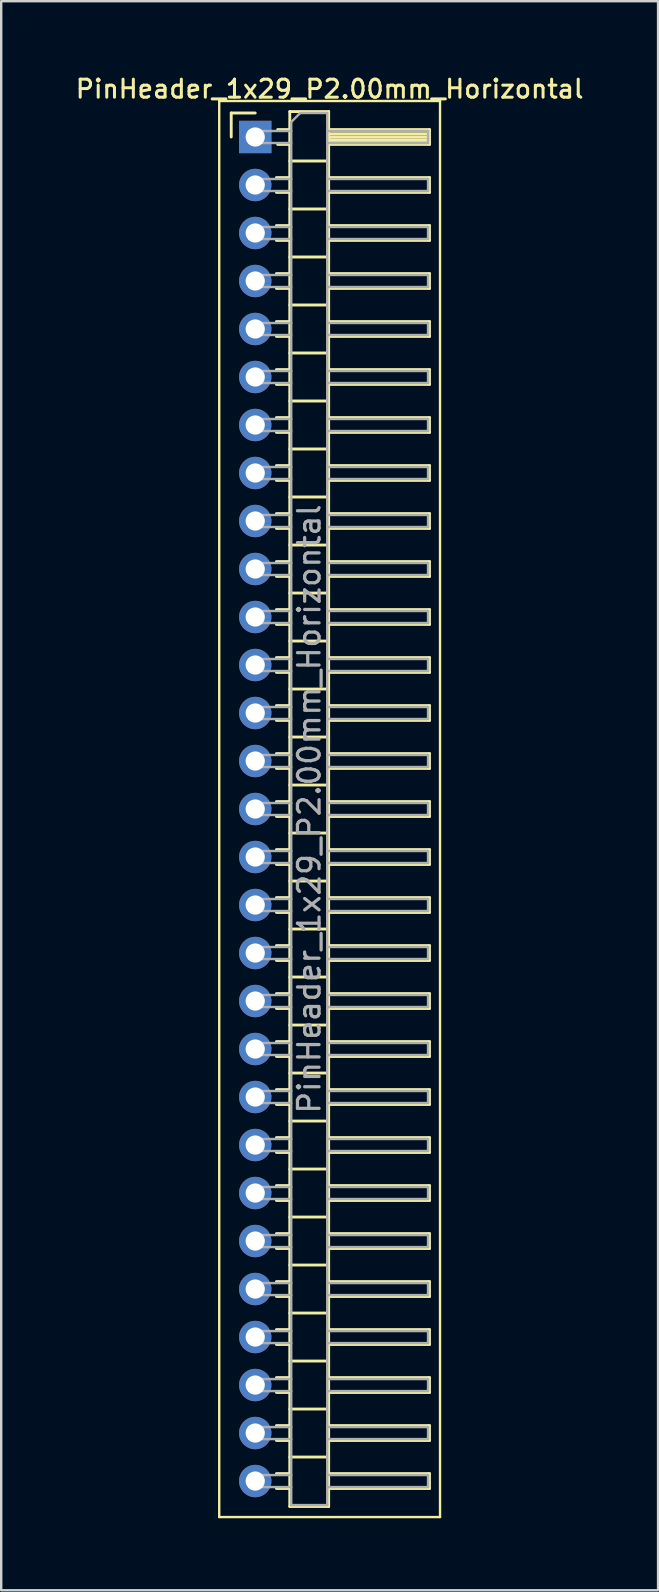
<source format=kicad_pcb>
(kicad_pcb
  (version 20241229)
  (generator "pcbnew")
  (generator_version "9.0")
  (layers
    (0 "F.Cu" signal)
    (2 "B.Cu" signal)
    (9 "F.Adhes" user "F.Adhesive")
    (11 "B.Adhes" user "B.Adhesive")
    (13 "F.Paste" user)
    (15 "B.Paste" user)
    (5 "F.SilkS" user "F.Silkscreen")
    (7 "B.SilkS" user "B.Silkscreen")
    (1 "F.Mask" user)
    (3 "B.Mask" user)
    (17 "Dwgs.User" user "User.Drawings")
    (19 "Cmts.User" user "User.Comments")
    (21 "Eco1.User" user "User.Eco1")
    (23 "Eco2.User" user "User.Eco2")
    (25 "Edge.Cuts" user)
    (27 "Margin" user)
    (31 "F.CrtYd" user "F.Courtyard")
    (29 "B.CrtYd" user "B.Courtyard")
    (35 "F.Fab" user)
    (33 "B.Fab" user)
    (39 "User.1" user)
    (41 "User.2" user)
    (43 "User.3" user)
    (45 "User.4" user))
  (footprint "PinHeader_1x29_P2.00mm_Horizontal"
    (layer "F.Cu")
    (at 7.584 2.658)
    (property "Reference" "PinHeader_1x29_P2.00mm_Horizontal" (at 3.1 -2 0) (layer "F.SilkS") (effects (font (size 0.75 0.75) (thickness 0.125))))
    (attr through_hole)
    (fp_line (start -1.5 -1.5) (end -1.5 57.5) (stroke (width 0.1) (type solid)) (layer "F.SilkS"))
    (fp_line (start -1.5 57.5) (end 7.7 57.5) (stroke (width 0.1) (type solid)) (layer "F.SilkS"))
    (fp_line (start -1 -1) (end 0 -1) (stroke (width 0.12) (type solid)) (layer "F.SilkS"))
    (fp_line (start -1 0) (end -1 -1) (stroke (width 0.12) (type solid)) (layer "F.SilkS"))
    (fp_line (start 0.882 1.69) (end 1.44 1.69) (stroke (width 0.12) (type solid)) (layer "F.SilkS"))
    (fp_line (start 0.882 2.31) (end 1.44 2.31) (stroke (width 0.12) (type solid)) (layer "F.SilkS"))
    (fp_line (start 0.882 3.69) (end 1.44 3.69) (stroke (width 0.12) (type solid)) (layer "F.SilkS"))
    (fp_line (start 0.882 4.31) (end 1.44 4.31) (stroke (width 0.12) (type solid)) (layer "F.SilkS"))
    (fp_line (start 0.882 5.69) (end 1.44 5.69) (stroke (width 0.12) (type solid)) (layer "F.SilkS"))
    (fp_line (start 0.882 6.31) (end 1.44 6.31) (stroke (width 0.12) (type solid)) (layer "F.SilkS"))
    (fp_line (start 0.882 7.69) (end 1.44 7.69) (stroke (width 0.12) (type solid)) (layer "F.SilkS"))
    (fp_line (start 0.882 8.31) (end 1.44 8.31) (stroke (width 0.12) (type solid)) (layer "F.SilkS"))
    (fp_line (start 0.882 9.69) (end 1.44 9.69) (stroke (width 0.12) (type solid)) (layer "F.SilkS"))
    (fp_line (start 0.882 10.31) (end 1.44 10.31) (stroke (width 0.12) (type solid)) (layer "F.SilkS"))
    (fp_line (start 0.882 11.69) (end 1.44 11.69) (stroke (width 0.12) (type solid)) (layer "F.SilkS"))
    (fp_line (start 0.882 12.31) (end 1.44 12.31) (stroke (width 0.12) (type solid)) (layer "F.SilkS"))
    (fp_line (start 0.882 13.69) (end 1.44 13.69) (stroke (width 0.12) (type solid)) (layer "F.SilkS"))
    (fp_line (start 0.882 14.31) (end 1.44 14.31) (stroke (width 0.12) (type solid)) (layer "F.SilkS"))
    (fp_line (start 0.882 15.69) (end 1.44 15.69) (stroke (width 0.12) (type solid)) (layer "F.SilkS"))
    (fp_line (start 0.882 16.31) (end 1.44 16.31) (stroke (width 0.12) (type solid)) (layer "F.SilkS"))
    (fp_line (start 0.882 17.69) (end 1.44 17.69) (stroke (width 0.12) (type solid)) (layer "F.SilkS"))
    (fp_line (start 0.882 18.31) (end 1.44 18.31) (stroke (width 0.12) (type solid)) (layer "F.SilkS"))
    (fp_line (start 0.882 19.69) (end 1.44 19.69) (stroke (width 0.12) (type solid)) (layer "F.SilkS"))
    (fp_line (start 0.882 20.31) (end 1.44 20.31) (stroke (width 0.12) (type solid)) (layer "F.SilkS"))
    (fp_line (start 0.882 21.69) (end 1.44 21.69) (stroke (width 0.12) (type solid)) (layer "F.SilkS"))
    (fp_line (start 0.882 22.31) (end 1.44 22.31) (stroke (width 0.12) (type solid)) (layer "F.SilkS"))
    (fp_line (start 0.882 23.69) (end 1.44 23.69) (stroke (width 0.12) (type solid)) (layer "F.SilkS"))
    (fp_line (start 0.882 24.31) (end 1.44 24.31) (stroke (width 0.12) (type solid)) (layer "F.SilkS"))
    (fp_line (start 0.882 25.69) (end 1.44 25.69) (stroke (width 0.12) (type solid)) (layer "F.SilkS"))
    (fp_line (start 0.882 26.31) (end 1.44 26.31) (stroke (width 0.12) (type solid)) (layer "F.SilkS"))
    (fp_line (start 0.882 27.69) (end 1.44 27.69) (stroke (width 0.12) (type solid)) (layer "F.SilkS"))
    (fp_line (start 0.882 28.31) (end 1.44 28.31) (stroke (width 0.12) (type solid)) (layer "F.SilkS"))
    (fp_line (start 0.882 29.69) (end 1.44 29.69) (stroke (width 0.12) (type solid)) (layer "F.SilkS"))
    (fp_line (start 0.882 30.31) (end 1.44 30.31) (stroke (width 0.12) (type solid)) (layer "F.SilkS"))
    (fp_line (start 0.882 31.69) (end 1.44 31.69) (stroke (width 0.12) (type solid)) (layer "F.SilkS"))
    (fp_line (start 0.882 32.31) (end 1.44 32.31) (stroke (width 0.12) (type solid)) (layer "F.SilkS"))
    (fp_line (start 0.882 33.69) (end 1.44 33.69) (stroke (width 0.12) (type solid)) (layer "F.SilkS"))
    (fp_line (start 0.882 34.31) (end 1.44 34.31) (stroke (width 0.12) (type solid)) (layer "F.SilkS"))
    (fp_line (start 0.882 35.69) (end 1.44 35.69) (stroke (width 0.12) (type solid)) (layer "F.SilkS"))
    (fp_line (start 0.882 36.31) (end 1.44 36.31) (stroke (width 0.12) (type solid)) (layer "F.SilkS"))
    (fp_line (start 0.882 37.69) (end 1.44 37.69) (stroke (width 0.12) (type solid)) (layer "F.SilkS"))
    (fp_line (start 0.882 38.31) (end 1.44 38.31) (stroke (width 0.12) (type solid)) (layer "F.SilkS"))
    (fp_line (start 0.882 39.69) (end 1.44 39.69) (stroke (width 0.12) (type solid)) (layer "F.SilkS"))
    (fp_line (start 0.882 40.31) (end 1.44 40.31) (stroke (width 0.12) (type solid)) (layer "F.SilkS"))
    (fp_line (start 0.882 41.69) (end 1.44 41.69) (stroke (width 0.12) (type solid)) (layer "F.SilkS"))
    (fp_line (start 0.882 42.31) (end 1.44 42.31) (stroke (width 0.12) (type solid)) (layer "F.SilkS"))
    (fp_line (start 0.882 43.69) (end 1.44 43.69) (stroke (width 0.12) (type solid)) (layer "F.SilkS"))
    (fp_line (start 0.882 44.31) (end 1.44 44.31) (stroke (width 0.12) (type solid)) (layer "F.SilkS"))
    (fp_line (start 0.882 45.69) (end 1.44 45.69) (stroke (width 0.12) (type solid)) (layer "F.SilkS"))
    (fp_line (start 0.882 46.31) (end 1.44 46.31) (stroke (width 0.12) (type solid)) (layer "F.SilkS"))
    (fp_line (start 0.882 47.69) (end 1.44 47.69) (stroke (width 0.12) (type solid)) (layer "F.SilkS"))
    (fp_line (start 0.882 48.31) (end 1.44 48.31) (stroke (width 0.12) (type solid)) (layer "F.SilkS"))
    (fp_line (start 0.882 49.69) (end 1.44 49.69) (stroke (width 0.12) (type solid)) (layer "F.SilkS"))
    (fp_line (start 0.882 50.31) (end 1.44 50.31) (stroke (width 0.12) (type solid)) (layer "F.SilkS"))
    (fp_line (start 0.882 51.69) (end 1.44 51.69) (stroke (width 0.12) (type solid)) (layer "F.SilkS"))
    (fp_line (start 0.882 52.31) (end 1.44 52.31) (stroke (width 0.12) (type solid)) (layer "F.SilkS"))
    (fp_line (start 0.882 53.69) (end 1.44 53.69) (stroke (width 0.12) (type solid)) (layer "F.SilkS"))
    (fp_line (start 0.882 54.31) (end 1.44 54.31) (stroke (width 0.12) (type solid)) (layer "F.SilkS"))
    (fp_line (start 0.882 55.69) (end 1.44 55.69) (stroke (width 0.12) (type solid)) (layer "F.SilkS"))
    (fp_line (start 0.882 56.31) (end 1.44 56.31) (stroke (width 0.12) (type solid)) (layer "F.SilkS"))
    (fp_line (start 0.935 -0.31) (end 1.44 -0.31) (stroke (width 0.12) (type solid)) (layer "F.SilkS"))
    (fp_line (start 0.935 0.31) (end 1.44 0.31) (stroke (width 0.12) (type solid)) (layer "F.SilkS"))
    (fp_line (start 1.44 -1.06) (end 1.44 57.06) (stroke (width 0.12) (type solid)) (layer "F.SilkS"))
    (fp_line (start 1.44 1) (end 3.06 1) (stroke (width 0.12) (type solid)) (layer "F.SilkS"))
    (fp_line (start 1.44 3) (end 3.06 3) (stroke (width 0.12) (type solid)) (layer "F.SilkS"))
    (fp_line (start 1.44 5) (end 3.06 5) (stroke (width 0.12) (type solid)) (layer "F.SilkS"))
    (fp_line (start 1.44 7) (end 3.06 7) (stroke (width 0.12) (type solid)) (layer "F.SilkS"))
    (fp_line (start 1.44 9) (end 3.06 9) (stroke (width 0.12) (type solid)) (layer "F.SilkS"))
    (fp_line (start 1.44 11) (end 3.06 11) (stroke (width 0.12) (type solid)) (layer "F.SilkS"))
    (fp_line (start 1.44 13) (end 3.06 13) (stroke (width 0.12) (type solid)) (layer "F.SilkS"))
    (fp_line (start 1.44 15) (end 3.06 15) (stroke (width 0.12) (type solid)) (layer "F.SilkS"))
    (fp_line (start 1.44 17) (end 3.06 17) (stroke (width 0.12) (type solid)) (layer "F.SilkS"))
    (fp_line (start 1.44 19) (end 3.06 19) (stroke (width 0.12) (type solid)) (layer "F.SilkS"))
    (fp_line (start 1.44 21) (end 3.06 21) (stroke (width 0.12) (type solid)) (layer "F.SilkS"))
    (fp_line (start 1.44 23) (end 3.06 23) (stroke (width 0.12) (type solid)) (layer "F.SilkS"))
    (fp_line (start 1.44 25) (end 3.06 25) (stroke (width 0.12) (type solid)) (layer "F.SilkS"))
    (fp_line (start 1.44 27) (end 3.06 27) (stroke (width 0.12) (type solid)) (layer "F.SilkS"))
    (fp_line (start 1.44 29) (end 3.06 29) (stroke (width 0.12) (type solid)) (layer "F.SilkS"))
    (fp_line (start 1.44 31) (end 3.06 31) (stroke (width 0.12) (type solid)) (layer "F.SilkS"))
    (fp_line (start 1.44 33) (end 3.06 33) (stroke (width 0.12) (type solid)) (layer "F.SilkS"))
    (fp_line (start 1.44 35) (end 3.06 35) (stroke (width 0.12) (type solid)) (layer "F.SilkS"))
    (fp_line (start 1.44 37) (end 3.06 37) (stroke (width 0.12) (type solid)) (layer "F.SilkS"))
    (fp_line (start 1.44 39) (end 3.06 39) (stroke (width 0.12) (type solid)) (layer "F.SilkS"))
    (fp_line (start 1.44 41) (end 3.06 41) (stroke (width 0.12) (type solid)) (layer "F.SilkS"))
    (fp_line (start 1.44 43) (end 3.06 43) (stroke (width 0.12) (type solid)) (layer "F.SilkS"))
    (fp_line (start 1.44 45) (end 3.06 45) (stroke (width 0.12) (type solid)) (layer "F.SilkS"))
    (fp_line (start 1.44 47) (end 3.06 47) (stroke (width 0.12) (type solid)) (layer "F.SilkS"))
    (fp_line (start 1.44 49) (end 3.06 49) (stroke (width 0.12) (type solid)) (layer "F.SilkS"))
    (fp_line (start 1.44 51) (end 3.06 51) (stroke (width 0.12) (type solid)) (layer "F.SilkS"))
    (fp_line (start 1.44 53) (end 3.06 53) (stroke (width 0.12) (type solid)) (layer "F.SilkS"))
    (fp_line (start 1.44 55) (end 3.06 55) (stroke (width 0.12) (type solid)) (layer "F.SilkS"))
    (fp_line (start 1.44 57.06) (end 3.06 57.06) (stroke (width 0.12) (type solid)) (layer "F.SilkS"))
    (fp_line (start 3.06 -1.06) (end 1.44 -1.06) (stroke (width 0.12) (type solid)) (layer "F.SilkS"))
    (fp_line (start 3.06 -0.31) (end 7.26 -0.31) (stroke (width 0.12) (type solid)) (layer "F.SilkS"))
    (fp_line (start 3.06 -0.25) (end 7.26 -0.25) (stroke (width 0.12) (type solid)) (layer "F.SilkS"))
    (fp_line (start 3.06 -0.13) (end 7.26 -0.13) (stroke (width 0.12) (type solid)) (layer "F.SilkS"))
    (fp_line (start 3.06 -0.01) (end 7.26 -0.01) (stroke (width 0.12) (type solid)) (layer "F.SilkS"))
    (fp_line (start 3.06 0.11) (end 7.26 0.11) (stroke (width 0.12) (type solid)) (layer "F.SilkS"))
    (fp_line (start 3.06 0.23) (end 7.26 0.23) (stroke (width 0.12) (type solid)) (layer "F.SilkS"))
    (fp_line (start 3.06 1.69) (end 7.26 1.69) (stroke (width 0.12) (type solid)) (layer "F.SilkS"))
    (fp_line (start 3.06 3.69) (end 7.26 3.69) (stroke (width 0.12) (type solid)) (layer "F.SilkS"))
    (fp_line (start 3.06 5.69) (end 7.26 5.69) (stroke (width 0.12) (type solid)) (layer "F.SilkS"))
    (fp_line (start 3.06 7.69) (end 7.26 7.69) (stroke (width 0.12) (type solid)) (layer "F.SilkS"))
    (fp_line (start 3.06 9.69) (end 7.26 9.69) (stroke (width 0.12) (type solid)) (layer "F.SilkS"))
    (fp_line (start 3.06 11.69) (end 7.26 11.69) (stroke (width 0.12) (type solid)) (layer "F.SilkS"))
    (fp_line (start 3.06 13.69) (end 7.26 13.69) (stroke (width 0.12) (type solid)) (layer "F.SilkS"))
    (fp_line (start 3.06 15.69) (end 7.26 15.69) (stroke (width 0.12) (type solid)) (layer "F.SilkS"))
    (fp_line (start 3.06 17.69) (end 7.26 17.69) (stroke (width 0.12) (type solid)) (layer "F.SilkS"))
    (fp_line (start 3.06 19.69) (end 7.26 19.69) (stroke (width 0.12) (type solid)) (layer "F.SilkS"))
    (fp_line (start 3.06 21.69) (end 7.26 21.69) (stroke (width 0.12) (type solid)) (layer "F.SilkS"))
    (fp_line (start 3.06 23.69) (end 7.26 23.69) (stroke (width 0.12) (type solid)) (layer "F.SilkS"))
    (fp_line (start 3.06 25.69) (end 7.26 25.69) (stroke (width 0.12) (type solid)) (layer "F.SilkS"))
    (fp_line (start 3.06 27.69) (end 7.26 27.69) (stroke (width 0.12) (type solid)) (layer "F.SilkS"))
    (fp_line (start 3.06 29.69) (end 7.26 29.69) (stroke (width 0.12) (type solid)) (layer "F.SilkS"))
    (fp_line (start 3.06 31.69) (end 7.26 31.69) (stroke (width 0.12) (type solid)) (layer "F.SilkS"))
    (fp_line (start 3.06 33.69) (end 7.26 33.69) (stroke (width 0.12) (type solid)) (layer "F.SilkS"))
    (fp_line (start 3.06 35.69) (end 7.26 35.69) (stroke (width 0.12) (type solid)) (layer "F.SilkS"))
    (fp_line (start 3.06 37.69) (end 7.26 37.69) (stroke (width 0.12) (type solid)) (layer "F.SilkS"))
    (fp_line (start 3.06 39.69) (end 7.26 39.69) (stroke (width 0.12) (type solid)) (layer "F.SilkS"))
    (fp_line (start 3.06 41.69) (end 7.26 41.69) (stroke (width 0.12) (type solid)) (layer "F.SilkS"))
    (fp_line (start 3.06 43.69) (end 7.26 43.69) (stroke (width 0.12) (type solid)) (layer "F.SilkS"))
    (fp_line (start 3.06 45.69) (end 7.26 45.69) (stroke (width 0.12) (type solid)) (layer "F.SilkS"))
    (fp_line (start 3.06 47.69) (end 7.26 47.69) (stroke (width 0.12) (type solid)) (layer "F.SilkS"))
    (fp_line (start 3.06 49.69) (end 7.26 49.69) (stroke (width 0.12) (type solid)) (layer "F.SilkS"))
    (fp_line (start 3.06 51.69) (end 7.26 51.69) (stroke (width 0.12) (type solid)) (layer "F.SilkS"))
    (fp_line (start 3.06 53.69) (end 7.26 53.69) (stroke (width 0.12) (type solid)) (layer "F.SilkS"))
    (fp_line (start 3.06 55.69) (end 7.26 55.69) (stroke (width 0.12) (type solid)) (layer "F.SilkS"))
    (fp_line (start 3.06 57.06) (end 3.06 -1.06) (stroke (width 0.12) (type solid)) (layer "F.SilkS"))
    (fp_line (start 7.26 -0.31) (end 7.26 0.31) (stroke (width 0.12) (type solid)) (layer "F.SilkS"))
    (fp_line (start 7.26 0.31) (end 3.06 0.31) (stroke (width 0.12) (type solid)) (layer "F.SilkS"))
    (fp_line (start 7.26 1.69) (end 7.26 2.31) (stroke (width 0.12) (type solid)) (layer "F.SilkS"))
    (fp_line (start 7.26 2.31) (end 3.06 2.31) (stroke (width 0.12) (type solid)) (layer "F.SilkS"))
    (fp_line (start 7.26 3.69) (end 7.26 4.31) (stroke (width 0.12) (type solid)) (layer "F.SilkS"))
    (fp_line (start 7.26 4.31) (end 3.06 4.31) (stroke (width 0.12) (type solid)) (layer "F.SilkS"))
    (fp_line (start 7.26 5.69) (end 7.26 6.31) (stroke (width 0.12) (type solid)) (layer "F.SilkS"))
    (fp_line (start 7.26 6.31) (end 3.06 6.31) (stroke (width 0.12) (type solid)) (layer "F.SilkS"))
    (fp_line (start 7.26 7.69) (end 7.26 8.31) (stroke (width 0.12) (type solid)) (layer "F.SilkS"))
    (fp_line (start 7.26 8.31) (end 3.06 8.31) (stroke (width 0.12) (type solid)) (layer "F.SilkS"))
    (fp_line (start 7.26 9.69) (end 7.26 10.31) (stroke (width 0.12) (type solid)) (layer "F.SilkS"))
    (fp_line (start 7.26 10.31) (end 3.06 10.31) (stroke (width 0.12) (type solid)) (layer "F.SilkS"))
    (fp_line (start 7.26 11.69) (end 7.26 12.31) (stroke (width 0.12) (type solid)) (layer "F.SilkS"))
    (fp_line (start 7.26 12.31) (end 3.06 12.31) (stroke (width 0.12) (type solid)) (layer "F.SilkS"))
    (fp_line (start 7.26 13.69) (end 7.26 14.31) (stroke (width 0.12) (type solid)) (layer "F.SilkS"))
    (fp_line (start 7.26 14.31) (end 3.06 14.31) (stroke (width 0.12) (type solid)) (layer "F.SilkS"))
    (fp_line (start 7.26 15.69) (end 7.26 16.31) (stroke (width 0.12) (type solid)) (layer "F.SilkS"))
    (fp_line (start 7.26 16.31) (end 3.06 16.31) (stroke (width 0.12) (type solid)) (layer "F.SilkS"))
    (fp_line (start 7.26 17.69) (end 7.26 18.31) (stroke (width 0.12) (type solid)) (layer "F.SilkS"))
    (fp_line (start 7.26 18.31) (end 3.06 18.31) (stroke (width 0.12) (type solid)) (layer "F.SilkS"))
    (fp_line (start 7.26 19.69) (end 7.26 20.31) (stroke (width 0.12) (type solid)) (layer "F.SilkS"))
    (fp_line (start 7.26 20.31) (end 3.06 20.31) (stroke (width 0.12) (type solid)) (layer "F.SilkS"))
    (fp_line (start 7.26 21.69) (end 7.26 22.31) (stroke (width 0.12) (type solid)) (layer "F.SilkS"))
    (fp_line (start 7.26 22.31) (end 3.06 22.31) (stroke (width 0.12) (type solid)) (layer "F.SilkS"))
    (fp_line (start 7.26 23.69) (end 7.26 24.31) (stroke (width 0.12) (type solid)) (layer "F.SilkS"))
    (fp_line (start 7.26 24.31) (end 3.06 24.31) (stroke (width 0.12) (type solid)) (layer "F.SilkS"))
    (fp_line (start 7.26 25.69) (end 7.26 26.31) (stroke (width 0.12) (type solid)) (layer "F.SilkS"))
    (fp_line (start 7.26 26.31) (end 3.06 26.31) (stroke (width 0.12) (type solid)) (layer "F.SilkS"))
    (fp_line (start 7.26 27.69) (end 7.26 28.31) (stroke (width 0.12) (type solid)) (layer "F.SilkS"))
    (fp_line (start 7.26 28.31) (end 3.06 28.31) (stroke (width 0.12) (type solid)) (layer "F.SilkS"))
    (fp_line (start 7.26 29.69) (end 7.26 30.31) (stroke (width 0.12) (type solid)) (layer "F.SilkS"))
    (fp_line (start 7.26 30.31) (end 3.06 30.31) (stroke (width 0.12) (type solid)) (layer "F.SilkS"))
    (fp_line (start 7.26 31.69) (end 7.26 32.31) (stroke (width 0.12) (type solid)) (layer "F.SilkS"))
    (fp_line (start 7.26 32.31) (end 3.06 32.31) (stroke (width 0.12) (type solid)) (layer "F.SilkS"))
    (fp_line (start 7.26 33.69) (end 7.26 34.31) (stroke (width 0.12) (type solid)) (layer "F.SilkS"))
    (fp_line (start 7.26 34.31) (end 3.06 34.31) (stroke (width 0.12) (type solid)) (layer "F.SilkS"))
    (fp_line (start 7.26 35.69) (end 7.26 36.31) (stroke (width 0.12) (type solid)) (layer "F.SilkS"))
    (fp_line (start 7.26 36.31) (end 3.06 36.31) (stroke (width 0.12) (type solid)) (layer "F.SilkS"))
    (fp_line (start 7.26 37.69) (end 7.26 38.31) (stroke (width 0.12) (type solid)) (layer "F.SilkS"))
    (fp_line (start 7.26 38.31) (end 3.06 38.31) (stroke (width 0.12) (type solid)) (layer "F.SilkS"))
    (fp_line (start 7.26 39.69) (end 7.26 40.31) (stroke (width 0.12) (type solid)) (layer "F.SilkS"))
    (fp_line (start 7.26 40.31) (end 3.06 40.31) (stroke (width 0.12) (type solid)) (layer "F.SilkS"))
    (fp_line (start 7.26 41.69) (end 7.26 42.31) (stroke (width 0.12) (type solid)) (layer "F.SilkS"))
    (fp_line (start 7.26 42.31) (end 3.06 42.31) (stroke (width 0.12) (type solid)) (layer "F.SilkS"))
    (fp_line (start 7.26 43.69) (end 7.26 44.31) (stroke (width 0.12) (type solid)) (layer "F.SilkS"))
    (fp_line (start 7.26 44.31) (end 3.06 44.31) (stroke (width 0.12) (type solid)) (layer "F.SilkS"))
    (fp_line (start 7.26 45.69) (end 7.26 46.31) (stroke (width 0.12) (type solid)) (layer "F.SilkS"))
    (fp_line (start 7.26 46.31) (end 3.06 46.31) (stroke (width 0.12) (type solid)) (layer "F.SilkS"))
    (fp_line (start 7.26 47.69) (end 7.26 48.31) (stroke (width 0.12) (type solid)) (layer "F.SilkS"))
    (fp_line (start 7.26 48.31) (end 3.06 48.31) (stroke (width 0.12) (type solid)) (layer "F.SilkS"))
    (fp_line (start 7.26 49.69) (end 7.26 50.31) (stroke (width 0.12) (type solid)) (layer "F.SilkS"))
    (fp_line (start 7.26 50.31) (end 3.06 50.31) (stroke (width 0.12) (type solid)) (layer "F.SilkS"))
    (fp_line (start 7.26 51.69) (end 7.26 52.31) (stroke (width 0.12) (type solid)) (layer "F.SilkS"))
    (fp_line (start 7.26 52.31) (end 3.06 52.31) (stroke (width 0.12) (type solid)) (layer "F.SilkS"))
    (fp_line (start 7.26 53.69) (end 7.26 54.31) (stroke (width 0.12) (type solid)) (layer "F.SilkS"))
    (fp_line (start 7.26 54.31) (end 3.06 54.31) (stroke (width 0.12) (type solid)) (layer "F.SilkS"))
    (fp_line (start 7.26 55.69) (end 7.26 56.31) (stroke (width 0.12) (type solid)) (layer "F.SilkS"))
    (fp_line (start 7.26 56.31) (end 3.06 56.31) (stroke (width 0.12) (type solid)) (layer "F.SilkS"))
    (fp_line (start 7.7 -1.5) (end -1.5 -1.5) (stroke (width 0.1) (type solid)) (layer "F.SilkS"))
    (fp_line (start 7.7 57.5) (end 7.7 -1.5) (stroke (width 0.1) (type solid)) (layer "F.SilkS"))
    (fp_line (start -0.25 -0.25) (end -0.25 0.25) (stroke (width 0.1) (type solid)) (layer "F.Fab"))
    (fp_line (start -0.25 -0.25) (end 1.5 -0.25) (stroke (width 0.1) (type solid)) (layer "F.Fab"))
    (fp_line (start -0.25 0.25) (end 1.5 0.25) (stroke (width 0.1) (type solid)) (layer "F.Fab"))
    (fp_line (start -0.25 1.75) (end -0.25 2.25) (stroke (width 0.1) (type solid)) (layer "F.Fab"))
    (fp_line (start -0.25 1.75) (end 1.5 1.75) (stroke (width 0.1) (type solid)) (layer "F.Fab"))
    (fp_line (start -0.25 2.25) (end 1.5 2.25) (stroke (width 0.1) (type solid)) (layer "F.Fab"))
    (fp_line (start -0.25 3.75) (end -0.25 4.25) (stroke (width 0.1) (type solid)) (layer "F.Fab"))
    (fp_line (start -0.25 3.75) (end 1.5 3.75) (stroke (width 0.1) (type solid)) (layer "F.Fab"))
    (fp_line (start -0.25 4.25) (end 1.5 4.25) (stroke (width 0.1) (type solid)) (layer "F.Fab"))
    (fp_line (start -0.25 5.75) (end -0.25 6.25) (stroke (width 0.1) (type solid)) (layer "F.Fab"))
    (fp_line (start -0.25 5.75) (end 1.5 5.75) (stroke (width 0.1) (type solid)) (layer "F.Fab"))
    (fp_line (start -0.25 6.25) (end 1.5 6.25) (stroke (width 0.1) (type solid)) (layer "F.Fab"))
    (fp_line (start -0.25 7.75) (end -0.25 8.25) (stroke (width 0.1) (type solid)) (layer "F.Fab"))
    (fp_line (start -0.25 7.75) (end 1.5 7.75) (stroke (width 0.1) (type solid)) (layer "F.Fab"))
    (fp_line (start -0.25 8.25) (end 1.5 8.25) (stroke (width 0.1) (type solid)) (layer "F.Fab"))
    (fp_line (start -0.25 9.75) (end -0.25 10.25) (stroke (width 0.1) (type solid)) (layer "F.Fab"))
    (fp_line (start -0.25 9.75) (end 1.5 9.75) (stroke (width 0.1) (type solid)) (layer "F.Fab"))
    (fp_line (start -0.25 10.25) (end 1.5 10.25) (stroke (width 0.1) (type solid)) (layer "F.Fab"))
    (fp_line (start -0.25 11.75) (end -0.25 12.25) (stroke (width 0.1) (type solid)) (layer "F.Fab"))
    (fp_line (start -0.25 11.75) (end 1.5 11.75) (stroke (width 0.1) (type solid)) (layer "F.Fab"))
    (fp_line (start -0.25 12.25) (end 1.5 12.25) (stroke (width 0.1) (type solid)) (layer "F.Fab"))
    (fp_line (start -0.25 13.75) (end -0.25 14.25) (stroke (width 0.1) (type solid)) (layer "F.Fab"))
    (fp_line (start -0.25 13.75) (end 1.5 13.75) (stroke (width 0.1) (type solid)) (layer "F.Fab"))
    (fp_line (start -0.25 14.25) (end 1.5 14.25) (stroke (width 0.1) (type solid)) (layer "F.Fab"))
    (fp_line (start -0.25 15.75) (end -0.25 16.25) (stroke (width 0.1) (type solid)) (layer "F.Fab"))
    (fp_line (start -0.25 15.75) (end 1.5 15.75) (stroke (width 0.1) (type solid)) (layer "F.Fab"))
    (fp_line (start -0.25 16.25) (end 1.5 16.25) (stroke (width 0.1) (type solid)) (layer "F.Fab"))
    (fp_line (start -0.25 17.75) (end -0.25 18.25) (stroke (width 0.1) (type solid)) (layer "F.Fab"))
    (fp_line (start -0.25 17.75) (end 1.5 17.75) (stroke (width 0.1) (type solid)) (layer "F.Fab"))
    (fp_line (start -0.25 18.25) (end 1.5 18.25) (stroke (width 0.1) (type solid)) (layer "F.Fab"))
    (fp_line (start -0.25 19.75) (end -0.25 20.25) (stroke (width 0.1) (type solid)) (layer "F.Fab"))
    (fp_line (start -0.25 19.75) (end 1.5 19.75) (stroke (width 0.1) (type solid)) (layer "F.Fab"))
    (fp_line (start -0.25 20.25) (end 1.5 20.25) (stroke (width 0.1) (type solid)) (layer "F.Fab"))
    (fp_line (start -0.25 21.75) (end -0.25 22.25) (stroke (width 0.1) (type solid)) (layer "F.Fab"))
    (fp_line (start -0.25 21.75) (end 1.5 21.75) (stroke (width 0.1) (type solid)) (layer "F.Fab"))
    (fp_line (start -0.25 22.25) (end 1.5 22.25) (stroke (width 0.1) (type solid)) (layer "F.Fab"))
    (fp_line (start -0.25 23.75) (end -0.25 24.25) (stroke (width 0.1) (type solid)) (layer "F.Fab"))
    (fp_line (start -0.25 23.75) (end 1.5 23.75) (stroke (width 0.1) (type solid)) (layer "F.Fab"))
    (fp_line (start -0.25 24.25) (end 1.5 24.25) (stroke (width 0.1) (type solid)) (layer "F.Fab"))
    (fp_line (start -0.25 25.75) (end -0.25 26.25) (stroke (width 0.1) (type solid)) (layer "F.Fab"))
    (fp_line (start -0.25 25.75) (end 1.5 25.75) (stroke (width 0.1) (type solid)) (layer "F.Fab"))
    (fp_line (start -0.25 26.25) (end 1.5 26.25) (stroke (width 0.1) (type solid)) (layer "F.Fab"))
    (fp_line (start -0.25 27.75) (end -0.25 28.25) (stroke (width 0.1) (type solid)) (layer "F.Fab"))
    (fp_line (start -0.25 27.75) (end 1.5 27.75) (stroke (width 0.1) (type solid)) (layer "F.Fab"))
    (fp_line (start -0.25 28.25) (end 1.5 28.25) (stroke (width 0.1) (type solid)) (layer "F.Fab"))
    (fp_line (start -0.25 29.75) (end -0.25 30.25) (stroke (width 0.1) (type solid)) (layer "F.Fab"))
    (fp_line (start -0.25 29.75) (end 1.5 29.75) (stroke (width 0.1) (type solid)) (layer "F.Fab"))
    (fp_line (start -0.25 30.25) (end 1.5 30.25) (stroke (width 0.1) (type solid)) (layer "F.Fab"))
    (fp_line (start -0.25 31.75) (end -0.25 32.25) (stroke (width 0.1) (type solid)) (layer "F.Fab"))
    (fp_line (start -0.25 31.75) (end 1.5 31.75) (stroke (width 0.1) (type solid)) (layer "F.Fab"))
    (fp_line (start -0.25 32.25) (end 1.5 32.25) (stroke (width 0.1) (type solid)) (layer "F.Fab"))
    (fp_line (start -0.25 33.75) (end -0.25 34.25) (stroke (width 0.1) (type solid)) (layer "F.Fab"))
    (fp_line (start -0.25 33.75) (end 1.5 33.75) (stroke (width 0.1) (type solid)) (layer "F.Fab"))
    (fp_line (start -0.25 34.25) (end 1.5 34.25) (stroke (width 0.1) (type solid)) (layer "F.Fab"))
    (fp_line (start -0.25 35.75) (end -0.25 36.25) (stroke (width 0.1) (type solid)) (layer "F.Fab"))
    (fp_line (start -0.25 35.75) (end 1.5 35.75) (stroke (width 0.1) (type solid)) (layer "F.Fab"))
    (fp_line (start -0.25 36.25) (end 1.5 36.25) (stroke (width 0.1) (type solid)) (layer "F.Fab"))
    (fp_line (start -0.25 37.75) (end -0.25 38.25) (stroke (width 0.1) (type solid)) (layer "F.Fab"))
    (fp_line (start -0.25 37.75) (end 1.5 37.75) (stroke (width 0.1) (type solid)) (layer "F.Fab"))
    (fp_line (start -0.25 38.25) (end 1.5 38.25) (stroke (width 0.1) (type solid)) (layer "F.Fab"))
    (fp_line (start -0.25 39.75) (end -0.25 40.25) (stroke (width 0.1) (type solid)) (layer "F.Fab"))
    (fp_line (start -0.25 39.75) (end 1.5 39.75) (stroke (width 0.1) (type solid)) (layer "F.Fab"))
    (fp_line (start -0.25 40.25) (end 1.5 40.25) (stroke (width 0.1) (type solid)) (layer "F.Fab"))
    (fp_line (start -0.25 41.75) (end -0.25 42.25) (stroke (width 0.1) (type solid)) (layer "F.Fab"))
    (fp_line (start -0.25 41.75) (end 1.5 41.75) (stroke (width 0.1) (type solid)) (layer "F.Fab"))
    (fp_line (start -0.25 42.25) (end 1.5 42.25) (stroke (width 0.1) (type solid)) (layer "F.Fab"))
    (fp_line (start -0.25 43.75) (end -0.25 44.25) (stroke (width 0.1) (type solid)) (layer "F.Fab"))
    (fp_line (start -0.25 43.75) (end 1.5 43.75) (stroke (width 0.1) (type solid)) (layer "F.Fab"))
    (fp_line (start -0.25 44.25) (end 1.5 44.25) (stroke (width 0.1) (type solid)) (layer "F.Fab"))
    (fp_line (start -0.25 45.75) (end -0.25 46.25) (stroke (width 0.1) (type solid)) (layer "F.Fab"))
    (fp_line (start -0.25 45.75) (end 1.5 45.75) (stroke (width 0.1) (type solid)) (layer "F.Fab"))
    (fp_line (start -0.25 46.25) (end 1.5 46.25) (stroke (width 0.1) (type solid)) (layer "F.Fab"))
    (fp_line (start -0.25 47.75) (end -0.25 48.25) (stroke (width 0.1) (type solid)) (layer "F.Fab"))
    (fp_line (start -0.25 47.75) (end 1.5 47.75) (stroke (width 0.1) (type solid)) (layer "F.Fab"))
    (fp_line (start -0.25 48.25) (end 1.5 48.25) (stroke (width 0.1) (type solid)) (layer "F.Fab"))
    (fp_line (start -0.25 49.75) (end -0.25 50.25) (stroke (width 0.1) (type solid)) (layer "F.Fab"))
    (fp_line (start -0.25 49.75) (end 1.5 49.75) (stroke (width 0.1) (type solid)) (layer "F.Fab"))
    (fp_line (start -0.25 50.25) (end 1.5 50.25) (stroke (width 0.1) (type solid)) (layer "F.Fab"))
    (fp_line (start -0.25 51.75) (end -0.25 52.25) (stroke (width 0.1) (type solid)) (layer "F.Fab"))
    (fp_line (start -0.25 51.75) (end 1.5 51.75) (stroke (width 0.1) (type solid)) (layer "F.Fab"))
    (fp_line (start -0.25 52.25) (end 1.5 52.25) (stroke (width 0.1) (type solid)) (layer "F.Fab"))
    (fp_line (start -0.25 53.75) (end -0.25 54.25) (stroke (width 0.1) (type solid)) (layer "F.Fab"))
    (fp_line (start -0.25 53.75) (end 1.5 53.75) (stroke (width 0.1) (type solid)) (layer "F.Fab"))
    (fp_line (start -0.25 54.25) (end 1.5 54.25) (stroke (width 0.1) (type solid)) (layer "F.Fab"))
    (fp_line (start -0.25 55.75) (end -0.25 56.25) (stroke (width 0.1) (type solid)) (layer "F.Fab"))
    (fp_line (start -0.25 55.75) (end 1.5 55.75) (stroke (width 0.1) (type solid)) (layer "F.Fab"))
    (fp_line (start -0.25 56.25) (end 1.5 56.25) (stroke (width 0.1) (type solid)) (layer "F.Fab"))
    (fp_line (start 1.5 -0.625) (end 1.875 -1) (stroke (width 0.1) (type solid)) (layer "F.Fab"))
    (fp_line (start 1.5 57) (end 1.5 -0.625) (stroke (width 0.1) (type solid)) (layer "F.Fab"))
    (fp_line (start 1.875 -1) (end 3 -1) (stroke (width 0.1) (type solid)) (layer "F.Fab"))
    (fp_line (start 3 -1) (end 3 57) (stroke (width 0.1) (type solid)) (layer "F.Fab"))
    (fp_line (start 3 -0.25) (end 7.2 -0.25) (stroke (width 0.1) (type solid)) (layer "F.Fab"))
    (fp_line (start 3 0.25) (end 7.2 0.25) (stroke (width 0.1) (type solid)) (layer "F.Fab"))
    (fp_line (start 3 1.75) (end 7.2 1.75) (stroke (width 0.1) (type solid)) (layer "F.Fab"))
    (fp_line (start 3 2.25) (end 7.2 2.25) (stroke (width 0.1) (type solid)) (layer "F.Fab"))
    (fp_line (start 3 3.75) (end 7.2 3.75) (stroke (width 0.1) (type solid)) (layer "F.Fab"))
    (fp_line (start 3 4.25) (end 7.2 4.25) (stroke (width 0.1) (type solid)) (layer "F.Fab"))
    (fp_line (start 3 5.75) (end 7.2 5.75) (stroke (width 0.1) (type solid)) (layer "F.Fab"))
    (fp_line (start 3 6.25) (end 7.2 6.25) (stroke (width 0.1) (type solid)) (layer "F.Fab"))
    (fp_line (start 3 7.75) (end 7.2 7.75) (stroke (width 0.1) (type solid)) (layer "F.Fab"))
    (fp_line (start 3 8.25) (end 7.2 8.25) (stroke (width 0.1) (type solid)) (layer "F.Fab"))
    (fp_line (start 3 9.75) (end 7.2 9.75) (stroke (width 0.1) (type solid)) (layer "F.Fab"))
    (fp_line (start 3 10.25) (end 7.2 10.25) (stroke (width 0.1) (type solid)) (layer "F.Fab"))
    (fp_line (start 3 11.75) (end 7.2 11.75) (stroke (width 0.1) (type solid)) (layer "F.Fab"))
    (fp_line (start 3 12.25) (end 7.2 12.25) (stroke (width 0.1) (type solid)) (layer "F.Fab"))
    (fp_line (start 3 13.75) (end 7.2 13.75) (stroke (width 0.1) (type solid)) (layer "F.Fab"))
    (fp_line (start 3 14.25) (end 7.2 14.25) (stroke (width 0.1) (type solid)) (layer "F.Fab"))
    (fp_line (start 3 15.75) (end 7.2 15.75) (stroke (width 0.1) (type solid)) (layer "F.Fab"))
    (fp_line (start 3 16.25) (end 7.2 16.25) (stroke (width 0.1) (type solid)) (layer "F.Fab"))
    (fp_line (start 3 17.75) (end 7.2 17.75) (stroke (width 0.1) (type solid)) (layer "F.Fab"))
    (fp_line (start 3 18.25) (end 7.2 18.25) (stroke (width 0.1) (type solid)) (layer "F.Fab"))
    (fp_line (start 3 19.75) (end 7.2 19.75) (stroke (width 0.1) (type solid)) (layer "F.Fab"))
    (fp_line (start 3 20.25) (end 7.2 20.25) (stroke (width 0.1) (type solid)) (layer "F.Fab"))
    (fp_line (start 3 21.75) (end 7.2 21.75) (stroke (width 0.1) (type solid)) (layer "F.Fab"))
    (fp_line (start 3 22.25) (end 7.2 22.25) (stroke (width 0.1) (type solid)) (layer "F.Fab"))
    (fp_line (start 3 23.75) (end 7.2 23.75) (stroke (width 0.1) (type solid)) (layer "F.Fab"))
    (fp_line (start 3 24.25) (end 7.2 24.25) (stroke (width 0.1) (type solid)) (layer "F.Fab"))
    (fp_line (start 3 25.75) (end 7.2 25.75) (stroke (width 0.1) (type solid)) (layer "F.Fab"))
    (fp_line (start 3 26.25) (end 7.2 26.25) (stroke (width 0.1) (type solid)) (layer "F.Fab"))
    (fp_line (start 3 27.75) (end 7.2 27.75) (stroke (width 0.1) (type solid)) (layer "F.Fab"))
    (fp_line (start 3 28.25) (end 7.2 28.25) (stroke (width 0.1) (type solid)) (layer "F.Fab"))
    (fp_line (start 3 29.75) (end 7.2 29.75) (stroke (width 0.1) (type solid)) (layer "F.Fab"))
    (fp_line (start 3 30.25) (end 7.2 30.25) (stroke (width 0.1) (type solid)) (layer "F.Fab"))
    (fp_line (start 3 31.75) (end 7.2 31.75) (stroke (width 0.1) (type solid)) (layer "F.Fab"))
    (fp_line (start 3 32.25) (end 7.2 32.25) (stroke (width 0.1) (type solid)) (layer "F.Fab"))
    (fp_line (start 3 33.75) (end 7.2 33.75) (stroke (width 0.1) (type solid)) (layer "F.Fab"))
    (fp_line (start 3 34.25) (end 7.2 34.25) (stroke (width 0.1) (type solid)) (layer "F.Fab"))
    (fp_line (start 3 35.75) (end 7.2 35.75) (stroke (width 0.1) (type solid)) (layer "F.Fab"))
    (fp_line (start 3 36.25) (end 7.2 36.25) (stroke (width 0.1) (type solid)) (layer "F.Fab"))
    (fp_line (start 3 37.75) (end 7.2 37.75) (stroke (width 0.1) (type solid)) (layer "F.Fab"))
    (fp_line (start 3 38.25) (end 7.2 38.25) (stroke (width 0.1) (type solid)) (layer "F.Fab"))
    (fp_line (start 3 39.75) (end 7.2 39.75) (stroke (width 0.1) (type solid)) (layer "F.Fab"))
    (fp_line (start 3 40.25) (end 7.2 40.25) (stroke (width 0.1) (type solid)) (layer "F.Fab"))
    (fp_line (start 3 41.75) (end 7.2 41.75) (stroke (width 0.1) (type solid)) (layer "F.Fab"))
    (fp_line (start 3 42.25) (end 7.2 42.25) (stroke (width 0.1) (type solid)) (layer "F.Fab"))
    (fp_line (start 3 43.75) (end 7.2 43.75) (stroke (width 0.1) (type solid)) (layer "F.Fab"))
    (fp_line (start 3 44.25) (end 7.2 44.25) (stroke (width 0.1) (type solid)) (layer "F.Fab"))
    (fp_line (start 3 45.75) (end 7.2 45.75) (stroke (width 0.1) (type solid)) (layer "F.Fab"))
    (fp_line (start 3 46.25) (end 7.2 46.25) (stroke (width 0.1) (type solid)) (layer "F.Fab"))
    (fp_line (start 3 47.75) (end 7.2 47.75) (stroke (width 0.1) (type solid)) (layer "F.Fab"))
    (fp_line (start 3 48.25) (end 7.2 48.25) (stroke (width 0.1) (type solid)) (layer "F.Fab"))
    (fp_line (start 3 49.75) (end 7.2 49.75) (stroke (width 0.1) (type solid)) (layer "F.Fab"))
    (fp_line (start 3 50.25) (end 7.2 50.25) (stroke (width 0.1) (type solid)) (layer "F.Fab"))
    (fp_line (start 3 51.75) (end 7.2 51.75) (stroke (width 0.1) (type solid)) (layer "F.Fab"))
    (fp_line (start 3 52.25) (end 7.2 52.25) (stroke (width 0.1) (type solid)) (layer "F.Fab"))
    (fp_line (start 3 53.75) (end 7.2 53.75) (stroke (width 0.1) (type solid)) (layer "F.Fab"))
    (fp_line (start 3 54.25) (end 7.2 54.25) (stroke (width 0.1) (type solid)) (layer "F.Fab"))
    (fp_line (start 3 55.75) (end 7.2 55.75) (stroke (width 0.1) (type solid)) (layer "F.Fab"))
    (fp_line (start 3 56.25) (end 7.2 56.25) (stroke (width 0.1) (type solid)) (layer "F.Fab"))
    (fp_line (start 3 57) (end 1.5 57) (stroke (width 0.1) (type solid)) (layer "F.Fab"))
    (fp_line (start 7.2 -0.25) (end 7.2 0.25) (stroke (width 0.1) (type solid)) (layer "F.Fab"))
    (fp_line (start 7.2 1.75) (end 7.2 2.25) (stroke (width 0.1) (type solid)) (layer "F.Fab"))
    (fp_line (start 7.2 3.75) (end 7.2 4.25) (stroke (width 0.1) (type solid)) (layer "F.Fab"))
    (fp_line (start 7.2 5.75) (end 7.2 6.25) (stroke (width 0.1) (type solid)) (layer "F.Fab"))
    (fp_line (start 7.2 7.75) (end 7.2 8.25) (stroke (width 0.1) (type solid)) (layer "F.Fab"))
    (fp_line (start 7.2 9.75) (end 7.2 10.25) (stroke (width 0.1) (type solid)) (layer "F.Fab"))
    (fp_line (start 7.2 11.75) (end 7.2 12.25) (stroke (width 0.1) (type solid)) (layer "F.Fab"))
    (fp_line (start 7.2 13.75) (end 7.2 14.25) (stroke (width 0.1) (type solid)) (layer "F.Fab"))
    (fp_line (start 7.2 15.75) (end 7.2 16.25) (stroke (width 0.1) (type solid)) (layer "F.Fab"))
    (fp_line (start 7.2 17.75) (end 7.2 18.25) (stroke (width 0.1) (type solid)) (layer "F.Fab"))
    (fp_line (start 7.2 19.75) (end 7.2 20.25) (stroke (width 0.1) (type solid)) (layer "F.Fab"))
    (fp_line (start 7.2 21.75) (end 7.2 22.25) (stroke (width 0.1) (type solid)) (layer "F.Fab"))
    (fp_line (start 7.2 23.75) (end 7.2 24.25) (stroke (width 0.1) (type solid)) (layer "F.Fab"))
    (fp_line (start 7.2 25.75) (end 7.2 26.25) (stroke (width 0.1) (type solid)) (layer "F.Fab"))
    (fp_line (start 7.2 27.75) (end 7.2 28.25) (stroke (width 0.1) (type solid)) (layer "F.Fab"))
    (fp_line (start 7.2 29.75) (end 7.2 30.25) (stroke (width 0.1) (type solid)) (layer "F.Fab"))
    (fp_line (start 7.2 31.75) (end 7.2 32.25) (stroke (width 0.1) (type solid)) (layer "F.Fab"))
    (fp_line (start 7.2 33.75) (end 7.2 34.25) (stroke (width 0.1) (type solid)) (layer "F.Fab"))
    (fp_line (start 7.2 35.75) (end 7.2 36.25) (stroke (width 0.1) (type solid)) (layer "F.Fab"))
    (fp_line (start 7.2 37.75) (end 7.2 38.25) (stroke (width 0.1) (type solid)) (layer "F.Fab"))
    (fp_line (start 7.2 39.75) (end 7.2 40.25) (stroke (width 0.1) (type solid)) (layer "F.Fab"))
    (fp_line (start 7.2 41.75) (end 7.2 42.25) (stroke (width 0.1) (type solid)) (layer "F.Fab"))
    (fp_line (start 7.2 43.75) (end 7.2 44.25) (stroke (width 0.1) (type solid)) (layer "F.Fab"))
    (fp_line (start 7.2 45.75) (end 7.2 46.25) (stroke (width 0.1) (type solid)) (layer "F.Fab"))
    (fp_line (start 7.2 47.75) (end 7.2 48.25) (stroke (width 0.1) (type solid)) (layer "F.Fab"))
    (fp_line (start 7.2 49.75) (end 7.2 50.25) (stroke (width 0.1) (type solid)) (layer "F.Fab"))
    (fp_line (start 7.2 51.75) (end 7.2 52.25) (stroke (width 0.1) (type solid)) (layer "F.Fab"))
    (fp_line (start 7.2 53.75) (end 7.2 54.25) (stroke (width 0.1) (type solid)) (layer "F.Fab"))
    (fp_line (start 7.2 55.75) (end 7.2 56.25) (stroke (width 0.1) (type solid)) (layer "F.Fab"))
    (fp_text user "${REFERENCE}" (at 2.25 28 90) (layer "F.Fab") (effects (font (size 0.9 0.9) (thickness 0.135))))
    (pad "1" thru_hole rect (at 0 0) (size 1.35 1.35) (drill 0.8) (layers "*.Cu" "*.Mask"))
    (pad "2" thru_hole oval (at 0 2) (size 1.35 1.35) (drill 0.8) (layers "*.Cu" "*.Mask"))
    (pad "3" thru_hole oval (at 0 4) (size 1.35 1.35) (drill 0.8) (layers "*.Cu" "*.Mask"))
    (pad "4" thru_hole oval (at 0 6) (size 1.35 1.35) (drill 0.8) (layers "*.Cu" "*.Mask"))
    (pad "5" thru_hole oval (at 0 8) (size 1.35 1.35) (drill 0.8) (layers "*.Cu" "*.Mask"))
    (pad "6" thru_hole oval (at 0 10) (size 1.35 1.35) (drill 0.8) (layers "*.Cu" "*.Mask"))
    (pad "7" thru_hole oval (at 0 12) (size 1.35 1.35) (drill 0.8) (layers "*.Cu" "*.Mask"))
    (pad "8" thru_hole oval (at 0 14) (size 1.35 1.35) (drill 0.8) (layers "*.Cu" "*.Mask"))
    (pad "9" thru_hole oval (at 0 16) (size 1.35 1.35) (drill 0.8) (layers "*.Cu" "*.Mask"))
    (pad "10" thru_hole oval (at 0 18) (size 1.35 1.35) (drill 0.8) (layers "*.Cu" "*.Mask"))
    (pad "11" thru_hole oval (at 0 20) (size 1.35 1.35) (drill 0.8) (layers "*.Cu" "*.Mask"))
    (pad "12" thru_hole oval (at 0 22) (size 1.35 1.35) (drill 0.8) (layers "*.Cu" "*.Mask"))
    (pad "13" thru_hole oval (at 0 24) (size 1.35 1.35) (drill 0.8) (layers "*.Cu" "*.Mask"))
    (pad "14" thru_hole oval (at 0 26) (size 1.35 1.35) (drill 0.8) (layers "*.Cu" "*.Mask"))
    (pad "15" thru_hole oval (at 0 28) (size 1.35 1.35) (drill 0.8) (layers "*.Cu" "*.Mask"))
    (pad "16" thru_hole oval (at 0 30) (size 1.35 1.35) (drill 0.8) (layers "*.Cu" "*.Mask"))
    (pad "17" thru_hole oval (at 0 32) (size 1.35 1.35) (drill 0.8) (layers "*.Cu" "*.Mask"))
    (pad "18" thru_hole oval (at 0 34) (size 1.35 1.35) (drill 0.8) (layers "*.Cu" "*.Mask"))
    (pad "19" thru_hole oval (at 0 36) (size 1.35 1.35) (drill 0.8) (layers "*.Cu" "*.Mask"))
    (pad "20" thru_hole oval (at 0 38) (size 1.35 1.35) (drill 0.8) (layers "*.Cu" "*.Mask"))
    (pad "21" thru_hole oval (at 0 40) (size 1.35 1.35) (drill 0.8) (layers "*.Cu" "*.Mask"))
    (pad "22" thru_hole oval (at 0 42) (size 1.35 1.35) (drill 0.8) (layers "*.Cu" "*.Mask"))
    (pad "23" thru_hole oval (at 0 44) (size 1.35 1.35) (drill 0.8) (layers "*.Cu" "*.Mask"))
    (pad "24" thru_hole oval (at 0 46) (size 1.35 1.35) (drill 0.8) (layers "*.Cu" "*.Mask"))
    (pad "25" thru_hole oval (at 0 48) (size 1.35 1.35) (drill 0.8) (layers "*.Cu" "*.Mask"))
    (pad "26" thru_hole oval (at 0 50) (size 1.35 1.35) (drill 0.8) (layers "*.Cu" "*.Mask"))
    (pad "27" thru_hole oval (at 0 52) (size 1.35 1.35) (drill 0.8) (layers "*.Cu" "*.Mask"))
    (pad "28" thru_hole oval (at 0 54) (size 1.35 1.35) (drill 0.8) (layers "*.Cu" "*.Mask"))
    (pad "29" thru_hole oval (at 0 56) (size 1.35 1.35) (drill 0.8) (layers "*.Cu" "*.Mask")))
  (gr_rect
    (start -3 -3)
    (end 24.368 63.208)
    (stroke (width 0.1) (type default))
    (fill no)
    (layer "Edge.Cuts")))
</source>
